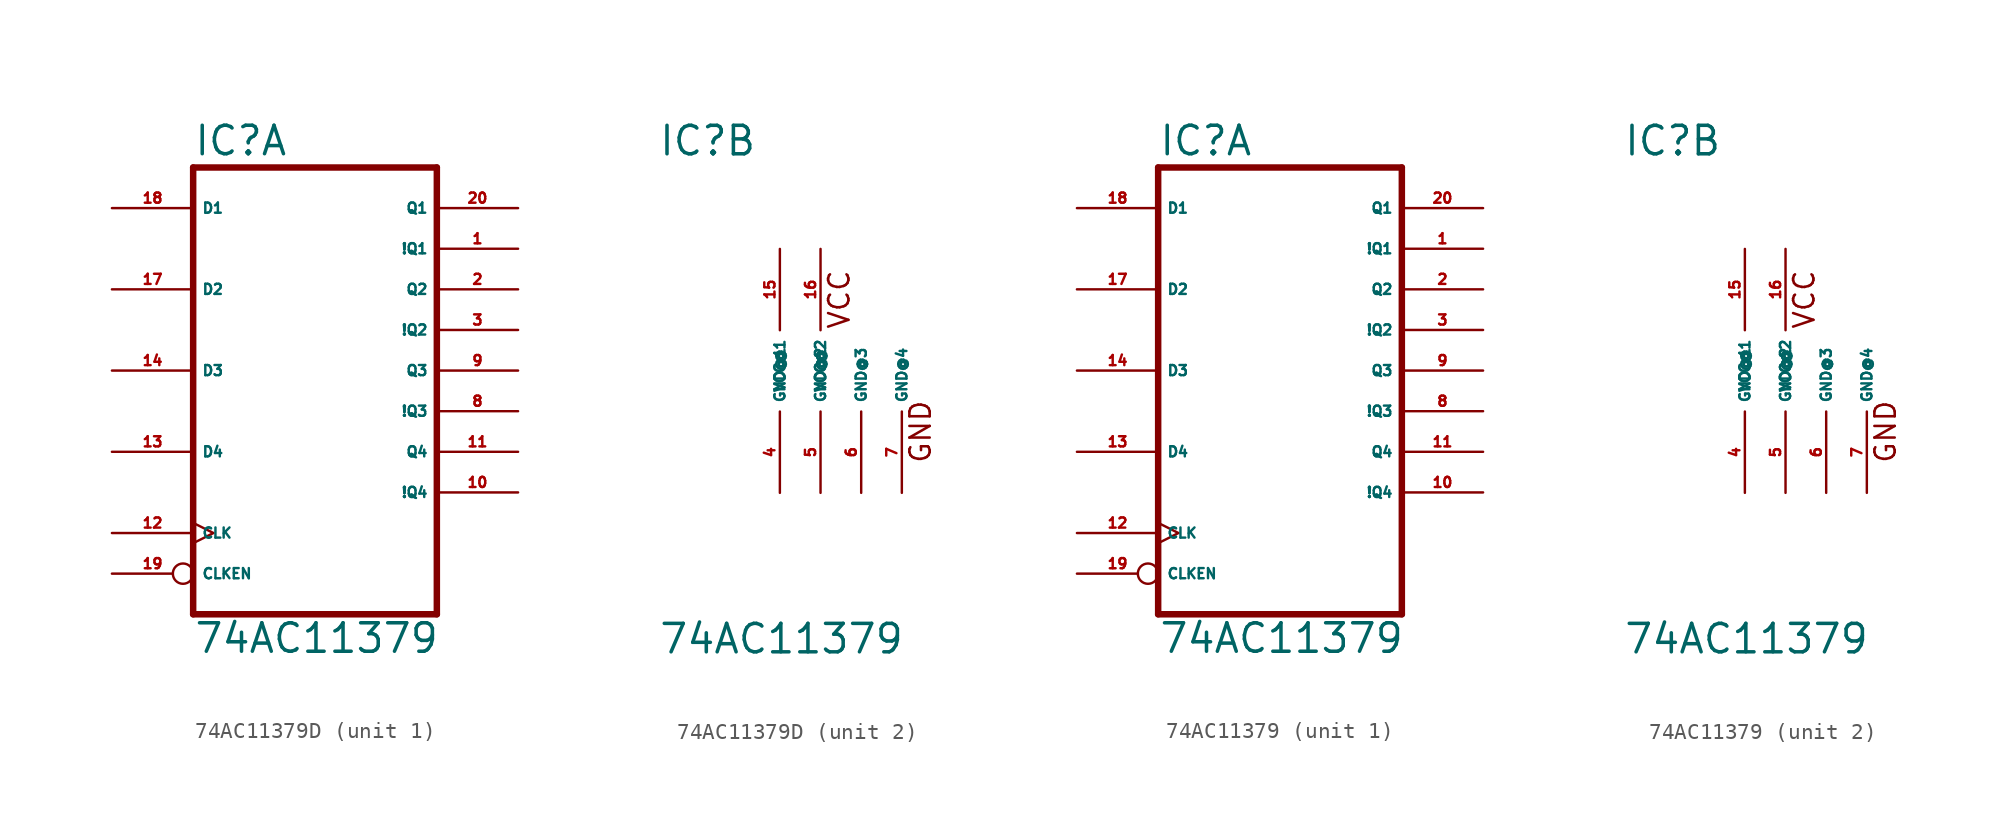
<source format=kicad_sym>
(kicad_symbol_lib
  (version 20220914)
  (generator Eagle2Kicad)
  (symbol "74AC11379D"
    (property "Reference" "IC"
      (at -7.62 13.335 0)
      (effects (font (size 1.778 1.778) (thickness 0.22)) (justify left bottom)))
    (property "Value" "74AC11379"
      (at -7.62 -17.78 0)
      (effects (font (size 1.778 1.778) (thickness 0.22)) (justify left bottom)))
    (symbol "74AC11379D_1_0"
      (polyline (pts (xy -7.62 -15.24) (xy 7.62 -15.24)) (stroke (width 0.406) (type default)) (fill (type none)))
      (polyline (pts (xy 7.62 -15.24) (xy 7.62 12.7)) (stroke (width 0.406) (type default)) (fill (type none)))
      (polyline (pts (xy 7.62 12.7) (xy -7.62 12.7)) (stroke (width 0.406) (type default)) (fill (type none)))
      (polyline (pts (xy -7.62 12.7) (xy -7.62 -15.24)) (stroke (width 0.406) (type default)) (fill (type none)))
      (pin output line (at 12.7 7.62 180) (length 5.08) (name "!Q1" (effects (font (size 0.635 0.635) (thickness 0.08)) (justify left bottom))) (number "1" (effects (font (size 0.635 0.635) (thickness 0.08)) (justify left bottom))))
      (pin output line (at 12.7 5.08 180) (length 5.08) (name "Q2" (effects (font (size 0.635 0.635) (thickness 0.08)) (justify left bottom))) (number "2" (effects (font (size 0.635 0.635) (thickness 0.08)) (justify left bottom))))
      (pin output line (at 12.7 2.54 180) (length 5.08) (name "!Q2" (effects (font (size 0.635 0.635) (thickness 0.08)) (justify left bottom))) (number "3" (effects (font (size 0.635 0.635) (thickness 0.08)) (justify left bottom))))
      (pin output line (at 12.7 -2.54 180) (length 5.08) (name "!Q3" (effects (font (size 0.635 0.635) (thickness 0.08)) (justify left bottom))) (number "8" (effects (font (size 0.635 0.635) (thickness 0.08)) (justify left bottom))))
      (pin output line (at 12.7 0 180) (length 5.08) (name "Q3" (effects (font (size 0.635 0.635) (thickness 0.08)) (justify left bottom))) (number "9" (effects (font (size 0.635 0.635) (thickness 0.08)) (justify left bottom))))
      (pin output line (at 12.7 -7.62 180) (length 5.08) (name "!Q4" (effects (font (size 0.635 0.635) (thickness 0.08)) (justify left bottom))) (number "10" (effects (font (size 0.635 0.635) (thickness 0.08)) (justify left bottom))))
      (pin output line (at 12.7 -5.08 180) (length 5.08) (name "Q4" (effects (font (size 0.635 0.635) (thickness 0.08)) (justify left bottom))) (number "11" (effects (font (size 0.635 0.635) (thickness 0.08)) (justify left bottom))))
      (pin input clock (at -12.7 -10.16 0) (length 5.08) (name "CLK" (effects (font (size 0.635 0.635) (thickness 0.08)) (justify left bottom))) (number "12" (effects (font (size 0.635 0.635) (thickness 0.08)) (justify left bottom))))
      (pin input line (at -12.7 -5.08 0) (length 5.08) (name "D4" (effects (font (size 0.635 0.635) (thickness 0.08)) (justify left bottom))) (number "13" (effects (font (size 0.635 0.635) (thickness 0.08)) (justify left bottom))))
      (pin input line (at -12.7 0 0) (length 5.08) (name "D3" (effects (font (size 0.635 0.635) (thickness 0.08)) (justify left bottom))) (number "14" (effects (font (size 0.635 0.635) (thickness 0.08)) (justify left bottom))))
      (pin input line (at -12.7 5.08 0) (length 5.08) (name "D2" (effects (font (size 0.635 0.635) (thickness 0.08)) (justify left bottom))) (number "17" (effects (font (size 0.635 0.635) (thickness 0.08)) (justify left bottom))))
      (pin input line (at -12.7 10.16 0) (length 5.08) (name "D1" (effects (font (size 0.635 0.635) (thickness 0.08)) (justify left bottom))) (number "18" (effects (font (size 0.635 0.635) (thickness 0.08)) (justify left bottom))))
      (pin input inverted (at -12.7 -12.7 0) (length 5.08) (name "CLKEN" (effects (font (size 0.635 0.635) (thickness 0.08)) (justify left bottom))) (number "19" (effects (font (size 0.635 0.635) (thickness 0.08)) (justify left bottom))))
      (pin output line (at 12.7 10.16 180) (length 5.08) (name "Q1" (effects (font (size 0.635 0.635) (thickness 0.08)) (justify left bottom))) (number "20" (effects (font (size 0.635 0.635) (thickness 0.08)) (justify left bottom)))))
    (symbol "74AC11379D_2_0"
      (text "VCC" (at 4.445 2.54 900) (effects (font (size 1.27 1.27) (thickness 0.16)) (justify left bottom)))
      (text "GND" (at 9.525 -5.842 900) (effects (font (size 1.27 1.27) (thickness 0.16)) (justify left bottom)))
      (pin unspecified line (at 0 -7.62 90) (length 5.08) (name "GND@1" (effects (font (size 0.635 0.635) (thickness 0.08)) (justify left bottom))) (number "4" (effects (font (size 0.635 0.635) (thickness 0.08)) (justify left bottom))))
      (pin unspecified line (at 2.54 -7.62 90) (length 5.08) (name "GND@2" (effects (font (size 0.635 0.635) (thickness 0.08)) (justify left bottom))) (number "5" (effects (font (size 0.635 0.635) (thickness 0.08)) (justify left bottom))))
      (pin unspecified line (at 5.08 -7.62 90) (length 5.08) (name "GND@3" (effects (font (size 0.635 0.635) (thickness 0.08)) (justify left bottom))) (number "6" (effects (font (size 0.635 0.635) (thickness 0.08)) (justify left bottom))))
      (pin unspecified line (at 7.62 -7.62 90) (length 5.08) (name "GND@4" (effects (font (size 0.635 0.635) (thickness 0.08)) (justify left bottom))) (number "7" (effects (font (size 0.635 0.635) (thickness 0.08)) (justify left bottom))))
      (pin unspecified line (at 0 7.62 270) (length 5.08) (name "VCC@1" (effects (font (size 0.635 0.635) (thickness 0.08)) (justify left bottom))) (number "15" (effects (font (size 0.635 0.635) (thickness 0.08)) (justify left bottom))))
      (pin unspecified line (at 2.54 7.62 270) (length 5.08) (name "VCC@2" (effects (font (size 0.635 0.635) (thickness 0.08)) (justify left bottom))) (number "16" (effects (font (size 0.635 0.635) (thickness 0.08)) (justify left bottom))))))
  (symbol "74AC11379"
    (property "Reference" "IC"
      (at -7.62 13.335 0)
      (effects (font (size 1.778 1.778) (thickness 0.22)) (justify left bottom)))
    (property "Value" "74AC11379"
      (at -7.62 -17.78 0)
      (effects (font (size 1.778 1.778) (thickness 0.22)) (justify left bottom)))
    (symbol "74AC11379_1_0"
      (polyline (pts (xy -7.62 -15.24) (xy 7.62 -15.24)) (stroke (width 0.406) (type default)) (fill (type none)))
      (polyline (pts (xy 7.62 -15.24) (xy 7.62 12.7)) (stroke (width 0.406) (type default)) (fill (type none)))
      (polyline (pts (xy 7.62 12.7) (xy -7.62 12.7)) (stroke (width 0.406) (type default)) (fill (type none)))
      (polyline (pts (xy -7.62 12.7) (xy -7.62 -15.24)) (stroke (width 0.406) (type default)) (fill (type none)))
      (pin output line (at 12.7 7.62 180) (length 5.08) (name "!Q1" (effects (font (size 0.635 0.635) (thickness 0.08)) (justify left bottom))) (number "1" (effects (font (size 0.635 0.635) (thickness 0.08)) (justify left bottom))))
      (pin output line (at 12.7 5.08 180) (length 5.08) (name "Q2" (effects (font (size 0.635 0.635) (thickness 0.08)) (justify left bottom))) (number "2" (effects (font (size 0.635 0.635) (thickness 0.08)) (justify left bottom))))
      (pin output line (at 12.7 2.54 180) (length 5.08) (name "!Q2" (effects (font (size 0.635 0.635) (thickness 0.08)) (justify left bottom))) (number "3" (effects (font (size 0.635 0.635) (thickness 0.08)) (justify left bottom))))
      (pin output line (at 12.7 -2.54 180) (length 5.08) (name "!Q3" (effects (font (size 0.635 0.635) (thickness 0.08)) (justify left bottom))) (number "8" (effects (font (size 0.635 0.635) (thickness 0.08)) (justify left bottom))))
      (pin output line (at 12.7 0 180) (length 5.08) (name "Q3" (effects (font (size 0.635 0.635) (thickness 0.08)) (justify left bottom))) (number "9" (effects (font (size 0.635 0.635) (thickness 0.08)) (justify left bottom))))
      (pin output line (at 12.7 -7.62 180) (length 5.08) (name "!Q4" (effects (font (size 0.635 0.635) (thickness 0.08)) (justify left bottom))) (number "10" (effects (font (size 0.635 0.635) (thickness 0.08)) (justify left bottom))))
      (pin output line (at 12.7 -5.08 180) (length 5.08) (name "Q4" (effects (font (size 0.635 0.635) (thickness 0.08)) (justify left bottom))) (number "11" (effects (font (size 0.635 0.635) (thickness 0.08)) (justify left bottom))))
      (pin input clock (at -12.7 -10.16 0) (length 5.08) (name "CLK" (effects (font (size 0.635 0.635) (thickness 0.08)) (justify left bottom))) (number "12" (effects (font (size 0.635 0.635) (thickness 0.08)) (justify left bottom))))
      (pin input line (at -12.7 -5.08 0) (length 5.08) (name "D4" (effects (font (size 0.635 0.635) (thickness 0.08)) (justify left bottom))) (number "13" (effects (font (size 0.635 0.635) (thickness 0.08)) (justify left bottom))))
      (pin input line (at -12.7 0 0) (length 5.08) (name "D3" (effects (font (size 0.635 0.635) (thickness 0.08)) (justify left bottom))) (number "14" (effects (font (size 0.635 0.635) (thickness 0.08)) (justify left bottom))))
      (pin input line (at -12.7 5.08 0) (length 5.08) (name "D2" (effects (font (size 0.635 0.635) (thickness 0.08)) (justify left bottom))) (number "17" (effects (font (size 0.635 0.635) (thickness 0.08)) (justify left bottom))))
      (pin input line (at -12.7 10.16 0) (length 5.08) (name "D1" (effects (font (size 0.635 0.635) (thickness 0.08)) (justify left bottom))) (number "18" (effects (font (size 0.635 0.635) (thickness 0.08)) (justify left bottom))))
      (pin input inverted (at -12.7 -12.7 0) (length 5.08) (name "CLKEN" (effects (font (size 0.635 0.635) (thickness 0.08)) (justify left bottom))) (number "19" (effects (font (size 0.635 0.635) (thickness 0.08)) (justify left bottom))))
      (pin output line (at 12.7 10.16 180) (length 5.08) (name "Q1" (effects (font (size 0.635 0.635) (thickness 0.08)) (justify left bottom))) (number "20" (effects (font (size 0.635 0.635) (thickness 0.08)) (justify left bottom)))))
    (symbol "74AC11379_2_0"
      (text "VCC" (at 4.445 2.54 900) (effects (font (size 1.27 1.27) (thickness 0.16)) (justify left bottom)))
      (text "GND" (at 9.525 -5.842 900) (effects (font (size 1.27 1.27) (thickness 0.16)) (justify left bottom)))
      (pin unspecified line (at 0 -7.62 90) (length 5.08) (name "GND@1" (effects (font (size 0.635 0.635) (thickness 0.08)) (justify left bottom))) (number "4" (effects (font (size 0.635 0.635) (thickness 0.08)) (justify left bottom))))
      (pin unspecified line (at 2.54 -7.62 90) (length 5.08) (name "GND@2" (effects (font (size 0.635 0.635) (thickness 0.08)) (justify left bottom))) (number "5" (effects (font (size 0.635 0.635) (thickness 0.08)) (justify left bottom))))
      (pin unspecified line (at 5.08 -7.62 90) (length 5.08) (name "GND@3" (effects (font (size 0.635 0.635) (thickness 0.08)) (justify left bottom))) (number "6" (effects (font (size 0.635 0.635) (thickness 0.08)) (justify left bottom))))
      (pin unspecified line (at 7.62 -7.62 90) (length 5.08) (name "GND@4" (effects (font (size 0.635 0.635) (thickness 0.08)) (justify left bottom))) (number "7" (effects (font (size 0.635 0.635) (thickness 0.08)) (justify left bottom))))
      (pin unspecified line (at 0 7.62 270) (length 5.08) (name "VCC@1" (effects (font (size 0.635 0.635) (thickness 0.08)) (justify left bottom))) (number "15" (effects (font (size 0.635 0.635) (thickness 0.08)) (justify left bottom))))
      (pin unspecified line (at 2.54 7.62 270) (length 5.08) (name "VCC@2" (effects (font (size 0.635 0.635) (thickness 0.08)) (justify left bottom))) (number "16" (effects (font (size 0.635 0.635) (thickness 0.08)) (justify left bottom)))))))
</source>
